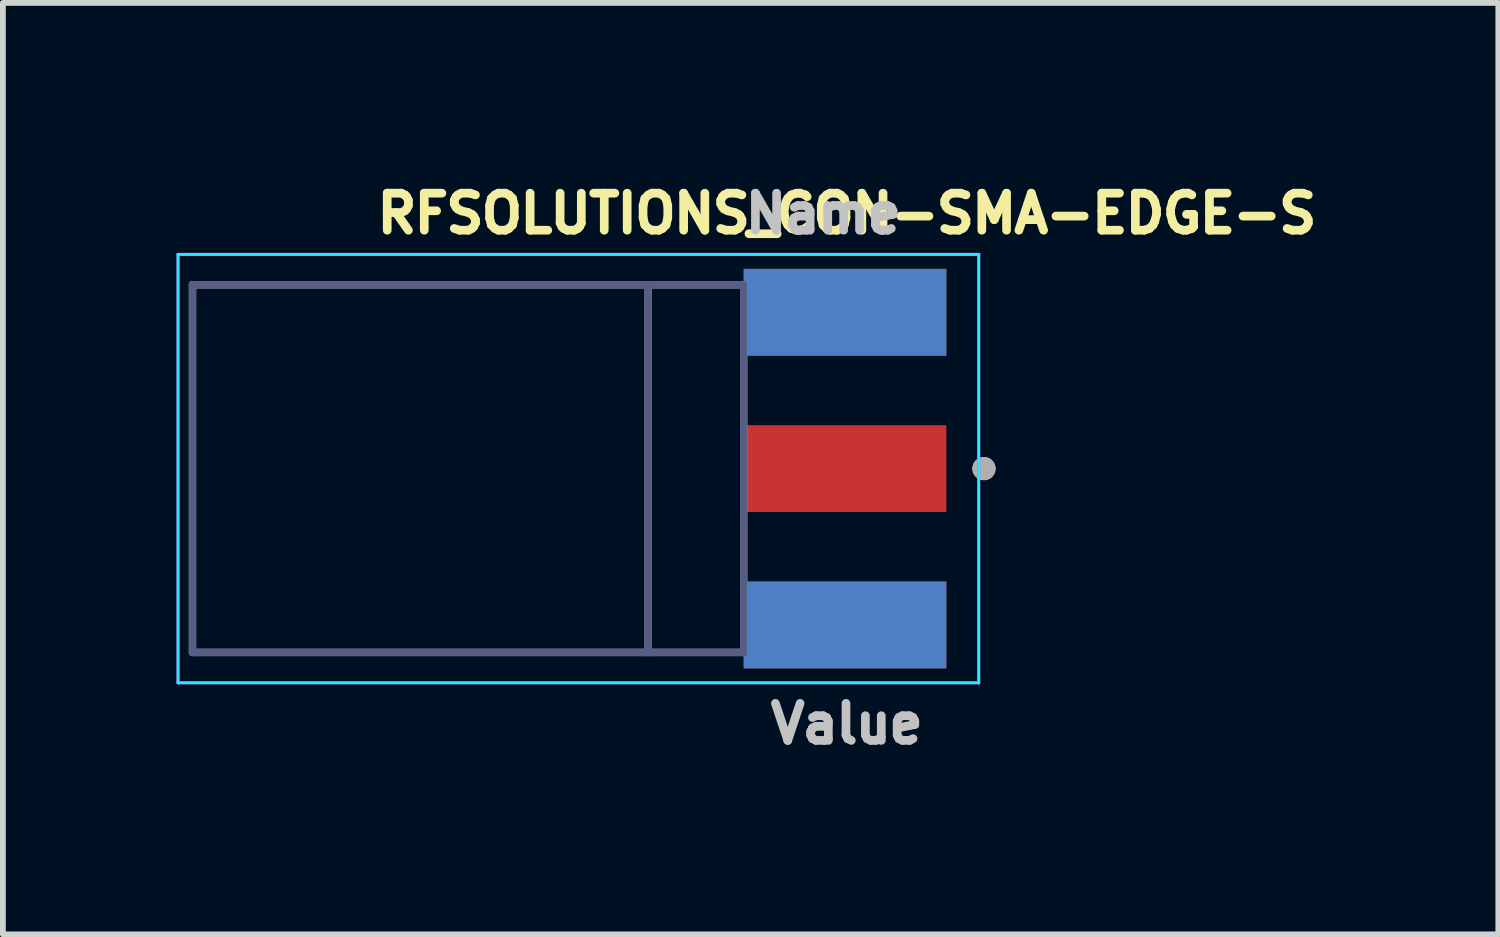
<source format=kicad_pcb>
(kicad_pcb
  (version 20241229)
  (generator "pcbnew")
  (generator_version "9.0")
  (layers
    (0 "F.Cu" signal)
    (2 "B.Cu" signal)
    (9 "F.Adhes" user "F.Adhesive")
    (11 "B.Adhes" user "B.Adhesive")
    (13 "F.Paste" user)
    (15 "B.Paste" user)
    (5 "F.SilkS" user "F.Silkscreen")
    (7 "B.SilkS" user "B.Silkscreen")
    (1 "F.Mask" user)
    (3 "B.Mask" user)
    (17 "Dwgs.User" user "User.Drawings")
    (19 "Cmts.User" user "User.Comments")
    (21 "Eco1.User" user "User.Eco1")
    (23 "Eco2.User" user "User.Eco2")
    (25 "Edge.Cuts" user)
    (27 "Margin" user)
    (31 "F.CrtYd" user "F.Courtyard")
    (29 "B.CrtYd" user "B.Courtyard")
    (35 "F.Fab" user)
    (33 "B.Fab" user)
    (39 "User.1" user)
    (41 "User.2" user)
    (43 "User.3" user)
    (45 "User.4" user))
  (footprint "RFSOLUTIONS_CON-SMA-EDGE-S"
    (layer "F.Cu")
    (at 11.545 5.044)
    (property "Reference" "RFSOLUTIONS_CON-SMA-EDGE-S" (at 0.032 -4.406 0) (layer "F.SilkS") (effects (font (size 0.64 0.64) (thickness 0.15))))
    (attr smd)
    (fp_circle (center 2.4 0) (end 2.5 0) (stroke (width 0.2) (type solid)) (fill no) (layer "F.SilkS"))
    (fp_line (start -11.52 -3.7) (end -11.52 3.7) (stroke (width 0.05) (type solid)) (layer "B.CrtYd"))
    (fp_line (start -11.52 3.7) (end 2.31 3.7) (stroke (width 0.05) (type solid)) (layer "B.CrtYd"))
    (fp_line (start 2.31 -3.7) (end -11.52 -3.7) (stroke (width 0.05) (type solid)) (layer "B.CrtYd"))
    (fp_line (start 2.31 3.7) (end 2.31 -3.7) (stroke (width 0.05) (type solid)) (layer "B.CrtYd"))
    (fp_line (start -11.52 -3.7) (end 2.31 -3.7) (stroke (width 0.05) (type solid)) (layer "F.CrtYd"))
    (fp_line (start -11.52 3.7) (end -11.52 -3.7) (stroke (width 0.05) (type solid)) (layer "F.CrtYd"))
    (fp_line (start 2.31 -3.7) (end 2.31 3.7) (stroke (width 0.05) (type solid)) (layer "F.CrtYd"))
    (fp_line (start 2.31 3.7) (end -11.52 3.7) (stroke (width 0.05) (type solid)) (layer "F.CrtYd"))
    (fp_line (start -11.27 -3.175) (end -3.4 -3.175) (stroke (width 0.127) (type solid)) (layer "B.Fab"))
    (fp_line (start -11.27 3.175) (end -11.27 -3.175) (stroke (width 0.127) (type solid)) (layer "B.Fab"))
    (fp_line (start -3.4 -3.175) (end -3.4 3.175) (stroke (width 0.127) (type solid)) (layer "B.Fab"))
    (fp_line (start -3.4 3.175) (end -11.27 3.175) (stroke (width 0.127) (type solid)) (layer "B.Fab"))
    (fp_line (start -3.4 3.175) (end -1.75 3.175) (stroke (width 0.127) (type solid)) (layer "B.Fab"))
    (fp_line (start -1.75 -3.175) (end -3.4 -3.175) (stroke (width 0.127) (type solid)) (layer "B.Fab"))
    (fp_line (start -1.75 3.175) (end -1.75 -3.175) (stroke (width 0.127) (type solid)) (layer "B.Fab"))
    (fp_line (start -11.27 -3.175) (end -11.27 3.175) (stroke (width 0.127) (type solid)) (layer "F.Fab"))
    (fp_line (start -11.27 3.175) (end -3.4 3.175) (stroke (width 0.127) (type solid)) (layer "F.Fab"))
    (fp_line (start -3.4 -3.175) (end -11.27 -3.175) (stroke (width 0.127) (type solid)) (layer "F.Fab"))
    (fp_line (start -3.4 -3.175) (end -1.75 -3.175) (stroke (width 0.127) (type solid)) (layer "F.Fab"))
    (fp_line (start -3.4 3.175) (end -3.4 -3.175) (stroke (width 0.127) (type solid)) (layer "F.Fab"))
    (fp_line (start -1.75 -3.175) (end -1.75 3.175) (stroke (width 0.127) (type solid)) (layer "F.Fab"))
    (fp_line (start -1.75 3.175) (end -3.4 3.175) (stroke (width 0.127) (type solid)) (layer "F.Fab"))
    (fp_circle (center 2.4 0) (end 2.5 0) (stroke (width 0.2) (type solid)) (fill no) (layer "F.Fab"))
    (fp_text user "Value" (at 0.032 4.406 0) (layer "Dwgs.User") (effects (font (size 0.64 0.64) (thickness 0.15))))
    (fp_text user "Name" (at -0.374 -4.406 0) (layer "Dwgs.User") (effects (font (size 0.64 0.64) (thickness 0.15))))
    (pad "1" smd rect (at 0 0) (size 3.5 1.5) (layers "F.Cu" "F.Mask" "F.Paste"))
    (pad "2" smd rect (at 0 -2.7) (size 3.5 1.5) (layers "F.Cu" "F.Mask" "F.Paste"))
    (pad "2" smd rect (at 0 -2.7) (size 3.5 1.5) (layers "B.Cu" "B.Mask" "B.Paste"))
    (pad "2" smd rect (at 0 2.7) (size 3.5 1.5) (layers "F.Cu" "F.Mask" "F.Paste"))
    (pad "2" smd rect (at 0 2.7) (size 3.5 1.5) (layers "B.Cu" "B.Mask" "B.Paste")))
  (gr_rect
    (start -3 -3)
    (end 22.829 13.088)
    (stroke (width 0.1) (type default))
    (fill no)
    (layer "Edge.Cuts")))
</source>
